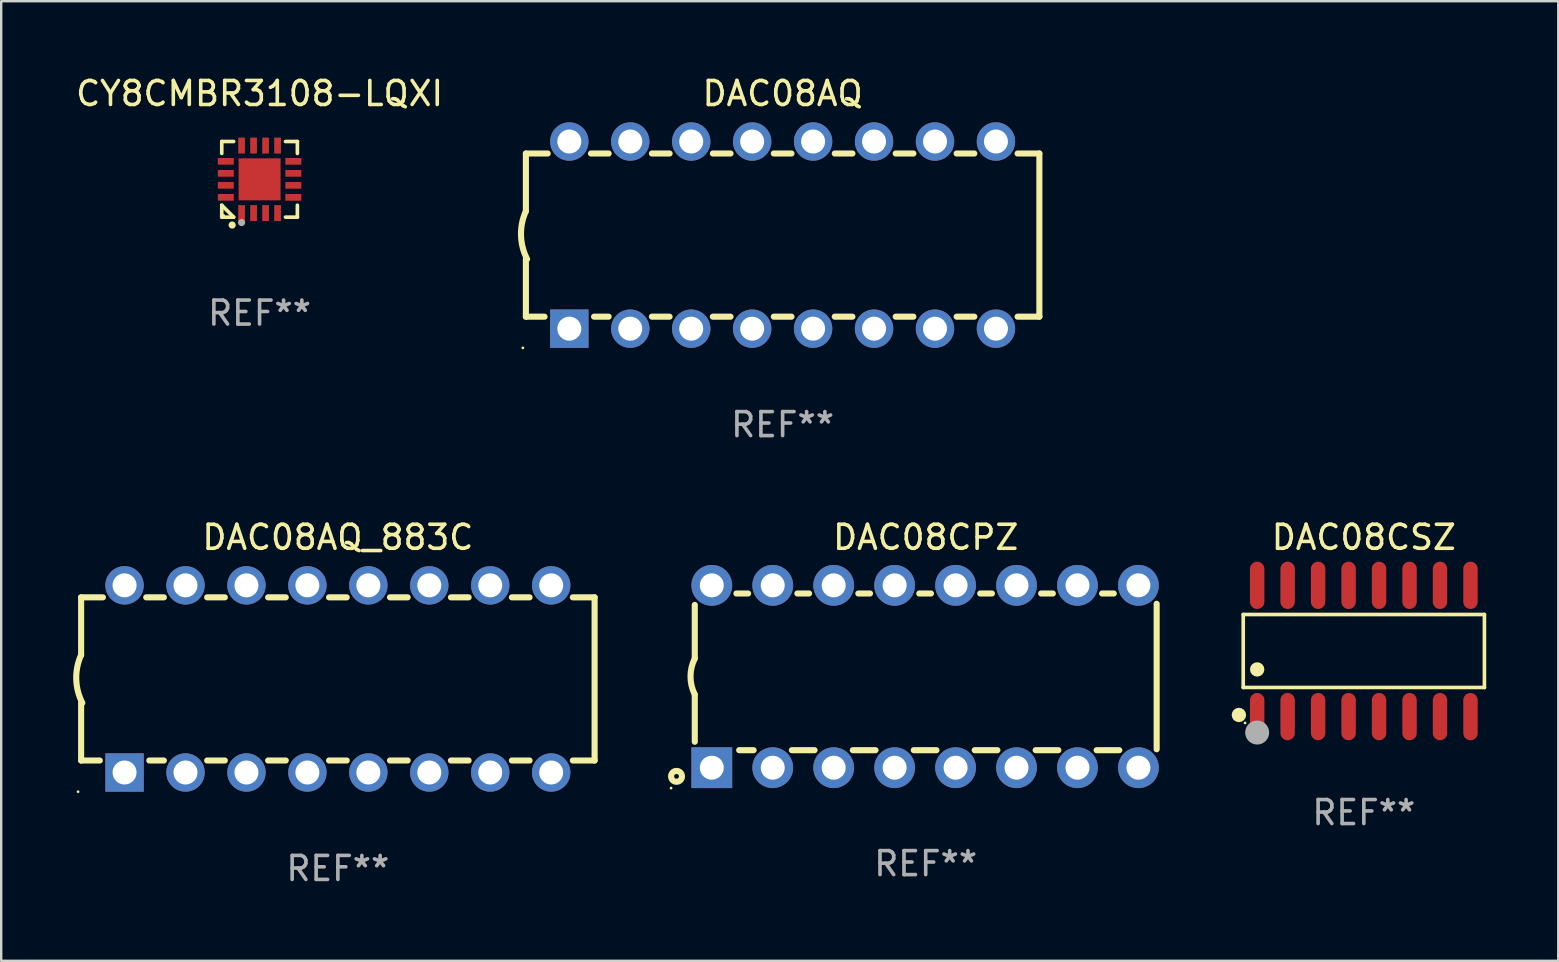
<source format=kicad_pcb>
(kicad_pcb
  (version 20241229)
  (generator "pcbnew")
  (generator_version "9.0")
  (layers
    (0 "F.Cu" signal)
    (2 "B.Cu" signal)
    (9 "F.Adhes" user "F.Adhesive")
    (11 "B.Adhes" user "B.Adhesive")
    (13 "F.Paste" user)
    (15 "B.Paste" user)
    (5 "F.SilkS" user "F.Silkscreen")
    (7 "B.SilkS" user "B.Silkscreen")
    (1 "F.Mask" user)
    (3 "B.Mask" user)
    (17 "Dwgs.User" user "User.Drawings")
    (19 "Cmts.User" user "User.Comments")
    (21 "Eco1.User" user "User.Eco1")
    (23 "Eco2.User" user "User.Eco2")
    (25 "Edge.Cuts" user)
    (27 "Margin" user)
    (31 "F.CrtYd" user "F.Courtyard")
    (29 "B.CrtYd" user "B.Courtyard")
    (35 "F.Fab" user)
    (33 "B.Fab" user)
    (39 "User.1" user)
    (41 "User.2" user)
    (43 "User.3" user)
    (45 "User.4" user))
  (footprint "CY8CMBR3108-LQXI"
    (layer "F.Cu")
    (at 7.768 4.424)
    (property "Reference" "CY8CMBR3108-LQXI" (at 0 -3.576 0) (layer "F.SilkS") (effects (font (size 1 1) (thickness 0.15))))
    (attr through_hole)
    (fp_line (start -1.576 -1.576) (end -1.08 -1.576) (stroke (width 0.152) (type solid)) (layer "F.SilkS"))
    (fp_line (start -1.576 -1.08) (end -1.576 -1.576) (stroke (width 0.152) (type solid)) (layer "F.SilkS"))
    (fp_line (start -1.576 1.08) (end -1.576 1.576) (stroke (width 0.152) (type solid)) (layer "F.SilkS"))
    (fp_line (start -1.576 1.576) (end -1.08 1.576) (stroke (width 0.152) (type solid)) (layer "F.SilkS"))
    (fp_line (start -1.08 1.576) (end -1.576 1.08) (stroke (width 0.152) (type solid)) (layer "F.SilkS"))
    (fp_line (start 1.576 -1.576) (end 1.08 -1.576) (stroke (width 0.152) (type solid)) (layer "F.SilkS"))
    (fp_line (start 1.576 -1.08) (end 1.576 -1.576) (stroke (width 0.152) (type solid)) (layer "F.SilkS"))
    (fp_line (start 1.576 1.08) (end 1.576 1.576) (stroke (width 0.152) (type solid)) (layer "F.SilkS"))
    (fp_line (start 1.576 1.576) (end 1.08 1.576) (stroke (width 0.152) (type solid)) (layer "F.SilkS"))
    (fp_circle (center -1.5 1.5) (end -1.47 1.5) (stroke (width 0.06) (type solid)) (fill no) (layer "F.SilkS"))
    (fp_circle (center -1.143 1.905) (end -1.068 1.905) (stroke (width 0.15) (type solid)) (fill no) (layer "F.SilkS"))
    (fp_circle (center -0.75 1.8) (end -0.675 1.8) (stroke (width 0.15) (type solid)) (fill no) (layer "F.Fab"))
    (fp_text user "REF**" (at 0 5.576 0) (layer "F.Fab") (effects (font (size 1 1) (thickness 0.15))))
    (pad "1" smd rect (at -0.75 1.407) (size 0.28 0.665) (layers "F.Cu" "F.Mask" "F.Paste"))
    (pad "2" smd rect (at -0.25 1.407) (size 0.28 0.665) (layers "F.Cu" "F.Mask" "F.Paste"))
    (pad "3" smd rect (at 0.25 1.407) (size 0.28 0.665) (layers "F.Cu" "F.Mask" "F.Paste"))
    (pad "4" smd rect (at 0.75 1.407) (size 0.28 0.665) (layers "F.Cu" "F.Mask" "F.Paste"))
    (pad "5" smd rect (at 1.407 0.75) (size 0.665 0.28) (layers "F.Cu" "F.Mask" "F.Paste"))
    (pad "6" smd rect (at 1.407 0.25) (size 0.665 0.28) (layers "F.Cu" "F.Mask" "F.Paste"))
    (pad "7" smd rect (at 1.407 -0.25) (size 0.665 0.28) (layers "F.Cu" "F.Mask" "F.Paste"))
    (pad "8" smd rect (at 1.407 -0.75) (size 0.665 0.28) (layers "F.Cu" "F.Mask" "F.Paste"))
    (pad "9" smd rect (at 0.75 -1.407) (size 0.28 0.665) (layers "F.Cu" "F.Mask" "F.Paste"))
    (pad "10" smd rect (at 0.25 -1.407) (size 0.28 0.665) (layers "F.Cu" "F.Mask" "F.Paste"))
    (pad "11" smd rect (at -0.25 -1.407) (size 0.28 0.665) (layers "F.Cu" "F.Mask" "F.Paste"))
    (pad "12" smd rect (at -0.75 -1.407) (size 0.28 0.665) (layers "F.Cu" "F.Mask" "F.Paste"))
    (pad "13" smd rect (at -1.407 -0.75) (size 0.665 0.28) (layers "F.Cu" "F.Mask" "F.Paste"))
    (pad "14" smd rect (at -1.407 -0.25) (size 0.665 0.28) (layers "F.Cu" "F.Mask" "F.Paste"))
    (pad "15" smd rect (at -1.407 0.25) (size 0.665 0.28) (layers "F.Cu" "F.Mask" "F.Paste"))
    (pad "16" smd rect (at -1.407 0.75) (size 0.665 0.28) (layers "F.Cu" "F.Mask" "F.Paste"))
    (pad "17" smd rect (at 0 0) (size 1.75 1.75) (layers "F.Cu" "F.Mask" "F.Paste")))
  (footprint "DAC08CSZ"
    (layer "F.Cu")
    (at 53.789 24.08)
    (property "Reference" "DAC08CSZ" (at 0 -4.736 0) (layer "F.SilkS") (effects (font (size 1 1) (thickness 0.15))))
    (attr through_hole)
    (fp_line (start -5.026 -1.521) (end 5.026 -1.521) (stroke (width 0.152) (type solid)) (layer "F.SilkS"))
    (fp_line (start -5.026 1.521) (end -5.026 -1.521) (stroke (width 0.152) (type solid)) (layer "F.SilkS"))
    (fp_line (start 5.026 -1.521) (end 5.026 1.521) (stroke (width 0.152) (type solid)) (layer "F.SilkS"))
    (fp_line (start 5.026 1.521) (end -5.026 1.521) (stroke (width 0.152) (type solid)) (layer "F.SilkS"))
    (fp_circle (center -5.207 2.667) (end -5.057 2.667) (stroke (width 0.3) (type solid)) (fill no) (layer "F.SilkS"))
    (fp_circle (center -4.95 3) (end -4.92 3) (stroke (width 0.06) (type solid)) (fill no) (layer "F.SilkS"))
    (fp_circle (center -4.445 0.769) (end -4.295 0.769) (stroke (width 0.3) (type solid)) (fill no) (layer "F.SilkS"))
    (fp_circle (center -4.445 3.4) (end -4.195 3.4) (stroke (width 0.5) (type solid)) (fill no) (layer "F.Fab"))
    (fp_text user "REF**" (at 0 6.736 0) (layer "F.Fab") (effects (font (size 1 1) (thickness 0.15))))
    (pad "1" smd oval (at -4.445 2.736) (size 0.602 1.971) (layers "F.Cu" "F.Mask" "F.Paste"))
    (pad "2" smd oval (at -3.175 2.736) (size 0.602 1.971) (layers "F.Cu" "F.Mask" "F.Paste"))
    (pad "3" smd oval (at -1.905 2.736) (size 0.602 1.971) (layers "F.Cu" "F.Mask" "F.Paste"))
    (pad "4" smd oval (at -0.635 2.736) (size 0.602 1.971) (layers "F.Cu" "F.Mask" "F.Paste"))
    (pad "5" smd oval (at 0.635 2.736) (size 0.602 1.971) (layers "F.Cu" "F.Mask" "F.Paste"))
    (pad "6" smd oval (at 1.905 2.736) (size 0.602 1.971) (layers "F.Cu" "F.Mask" "F.Paste"))
    (pad "7" smd oval (at 3.175 2.736) (size 0.602 1.971) (layers "F.Cu" "F.Mask" "F.Paste"))
    (pad "8" smd oval (at 4.445 2.736) (size 0.602 1.971) (layers "F.Cu" "F.Mask" "F.Paste"))
    (pad "9" smd oval (at 4.445 -2.736) (size 0.602 1.971) (layers "F.Cu" "F.Mask" "F.Paste"))
    (pad "10" smd oval (at 3.175 -2.736) (size 0.602 1.971) (layers "F.Cu" "F.Mask" "F.Paste"))
    (pad "11" smd oval (at 1.905 -2.736) (size 0.602 1.971) (layers "F.Cu" "F.Mask" "F.Paste"))
    (pad "12" smd oval (at 0.635 -2.736) (size 0.602 1.971) (layers "F.Cu" "F.Mask" "F.Paste"))
    (pad "13" smd oval (at -0.635 -2.736) (size 0.602 1.971) (layers "F.Cu" "F.Mask" "F.Paste"))
    (pad "14" smd oval (at -1.905 -2.736) (size 0.602 1.971) (layers "F.Cu" "F.Mask" "F.Paste"))
    (pad "15" smd oval (at -3.175 -2.736) (size 0.602 1.971) (layers "F.Cu" "F.Mask" "F.Paste"))
    (pad "16" smd oval (at -4.445 -2.736) (size 0.602 1.971) (layers "F.Cu" "F.Mask" "F.Paste")))
  (footprint "DAC08AQ"
    (layer "F.Cu")
    (at 29.567 6.748)
    (property "Reference" "DAC08AQ" (at 0 -5.9 0) (layer "F.SilkS") (effects (font (size 1 1) (thickness 0.15))))
    (attr through_hole)
    (fp_line (start -10.7 -3.4) (end -9.791 -3.4) (stroke (width 0.254) (type solid)) (layer "F.SilkS"))
    (fp_line (start -10.7 -0.998) (end -10.7 -3.4) (stroke (width 0.254) (type solid)) (layer "F.SilkS"))
    (fp_line (start -10.7 3.4) (end -10.7 1) (stroke (width 0.254) (type solid)) (layer "F.SilkS"))
    (fp_line (start -10.7 3.4) (end -9.921 3.4) (stroke (width 0.254) (type solid)) (layer "F.SilkS"))
    (fp_line (start -7.988 -3.4) (end -7.251 -3.4) (stroke (width 0.254) (type solid)) (layer "F.SilkS"))
    (fp_line (start -7.859 3.4) (end -7.251 3.4) (stroke (width 0.254) (type solid)) (layer "F.SilkS"))
    (fp_line (start -5.448 -3.4) (end -4.711 -3.4) (stroke (width 0.254) (type solid)) (layer "F.SilkS"))
    (fp_line (start -5.448 3.4) (end -4.711 3.4) (stroke (width 0.254) (type solid)) (layer "F.SilkS"))
    (fp_line (start -2.908 -3.4) (end -2.171 -3.4) (stroke (width 0.254) (type solid)) (layer "F.SilkS"))
    (fp_line (start -2.908 3.4) (end -2.171 3.4) (stroke (width 0.254) (type solid)) (layer "F.SilkS"))
    (fp_line (start -0.368 -3.4) (end 0.369 -3.4) (stroke (width 0.254) (type solid)) (layer "F.SilkS"))
    (fp_line (start -0.368 3.4) (end 0.369 3.4) (stroke (width 0.254) (type solid)) (layer "F.SilkS"))
    (fp_line (start 2.172 -3.4) (end 2.909 -3.4) (stroke (width 0.254) (type solid)) (layer "F.SilkS"))
    (fp_line (start 2.172 3.4) (end 2.909 3.4) (stroke (width 0.254) (type solid)) (layer "F.SilkS"))
    (fp_line (start 4.712 -3.4) (end 5.449 -3.4) (stroke (width 0.254) (type solid)) (layer "F.SilkS"))
    (fp_line (start 4.712 3.4) (end 5.449 3.4) (stroke (width 0.254) (type solid)) (layer "F.SilkS"))
    (fp_line (start 7.252 -3.4) (end 7.989 -3.4) (stroke (width 0.254) (type solid)) (layer "F.SilkS"))
    (fp_line (start 7.252 3.4) (end 7.989 3.4) (stroke (width 0.254) (type solid)) (layer "F.SilkS"))
    (fp_line (start 9.792 -3.4) (end 10.7 -3.4) (stroke (width 0.254) (type solid)) (layer "F.SilkS"))
    (fp_line (start 9.792 3.4) (end 10.7 3.4) (stroke (width 0.254) (type solid)) (layer "F.SilkS"))
    (fp_line (start 10.7 3.4) (end 10.7 -3.4) (stroke (width 0.254) (type solid)) (layer "F.SilkS"))
    (fp_arc (start -10.649962 0.99995) (mid -10.90314 0.005668) (end -10.699975 -1.000025) (stroke (width 0.254001) (type solid)) (layer "F.SilkS"))
    (fp_circle (center -10.827 4.7) (end -10.797 4.7) (stroke (width 0.06) (type solid)) (fill no) (layer "F.SilkS"))
    (fp_text user "REF**" (at 0 7.9 0) (layer "F.Fab") (effects (font (size 1 1) (thickness 0.15))))
    (pad "1" thru_hole rect (at -8.89 3.9 90) (size 1.6 1.6) (drill 1) (layers "*.Cu" "*.Mask"))
    (pad "2" thru_hole circle (at -6.35 3.9) (size 1.6 1.6) (drill 1) (layers "*.Cu" "*.Mask"))
    (pad "3" thru_hole circle (at -3.81 3.9) (size 1.6 1.6) (drill 1) (layers "*.Cu" "*.Mask"))
    (pad "4" thru_hole circle (at -1.27 3.9) (size 1.6 1.6) (drill 1) (layers "*.Cu" "*.Mask"))
    (pad "5" thru_hole circle (at 1.27 3.9) (size 1.6 1.6) (drill 1) (layers "*.Cu" "*.Mask"))
    (pad "6" thru_hole circle (at 3.81 3.9) (size 1.6 1.6) (drill 1) (layers "*.Cu" "*.Mask"))
    (pad "7" thru_hole circle (at 6.35 3.9) (size 1.6 1.6) (drill 1) (layers "*.Cu" "*.Mask"))
    (pad "8" thru_hole circle (at 8.89 3.9) (size 1.6 1.6) (drill 1) (layers "*.Cu" "*.Mask"))
    (pad "9" thru_hole circle (at 8.89 -3.9) (size 1.6 1.6) (drill 1) (layers "*.Cu" "*.Mask"))
    (pad "10" thru_hole circle (at 6.35 -3.9) (size 1.6 1.6) (drill 1) (layers "*.Cu" "*.Mask"))
    (pad "11" thru_hole circle (at 3.81 -3.9) (size 1.6 1.6) (drill 1) (layers "*.Cu" "*.Mask"))
    (pad "12" thru_hole circle (at 1.27 -3.9) (size 1.6 1.6) (drill 1) (layers "*.Cu" "*.Mask"))
    (pad "13" thru_hole circle (at -1.27 -3.9) (size 1.6 1.6) (drill 1) (layers "*.Cu" "*.Mask"))
    (pad "14" thru_hole circle (at -3.81 -3.9) (size 1.6 1.6) (drill 1) (layers "*.Cu" "*.Mask"))
    (pad "15" thru_hole circle (at -6.35 -3.9) (size 1.6 1.6) (drill 1) (layers "*.Cu" "*.Mask"))
    (pad "16" thru_hole circle (at -8.89 -3.9) (size 1.6 1.6) (drill 1) (layers "*.Cu" "*.Mask")))
  (footprint "DAC08AQ_883C"
    (layer "F.Cu")
    (at 11.031 25.245)
    (property "Reference" "DAC08AQ_883C" (at 0 -5.9 0) (layer "F.SilkS") (effects (font (size 1 1) (thickness 0.15))))
    (attr through_hole)
    (fp_line (start -10.7 -3.4) (end -9.791 -3.4) (stroke (width 0.254) (type solid)) (layer "F.SilkS"))
    (fp_line (start -10.7 -0.998) (end -10.7 -3.4) (stroke (width 0.254) (type solid)) (layer "F.SilkS"))
    (fp_line (start -10.7 3.4) (end -10.7 1) (stroke (width 0.254) (type solid)) (layer "F.SilkS"))
    (fp_line (start -10.7 3.4) (end -9.921 3.4) (stroke (width 0.254) (type solid)) (layer "F.SilkS"))
    (fp_line (start -7.988 -3.4) (end -7.251 -3.4) (stroke (width 0.254) (type solid)) (layer "F.SilkS"))
    (fp_line (start -7.859 3.4) (end -7.251 3.4) (stroke (width 0.254) (type solid)) (layer "F.SilkS"))
    (fp_line (start -5.448 -3.4) (end -4.711 -3.4) (stroke (width 0.254) (type solid)) (layer "F.SilkS"))
    (fp_line (start -5.448 3.4) (end -4.711 3.4) (stroke (width 0.254) (type solid)) (layer "F.SilkS"))
    (fp_line (start -2.908 -3.4) (end -2.171 -3.4) (stroke (width 0.254) (type solid)) (layer "F.SilkS"))
    (fp_line (start -2.908 3.4) (end -2.171 3.4) (stroke (width 0.254) (type solid)) (layer "F.SilkS"))
    (fp_line (start -0.368 -3.4) (end 0.369 -3.4) (stroke (width 0.254) (type solid)) (layer "F.SilkS"))
    (fp_line (start -0.368 3.4) (end 0.369 3.4) (stroke (width 0.254) (type solid)) (layer "F.SilkS"))
    (fp_line (start 2.172 -3.4) (end 2.909 -3.4) (stroke (width 0.254) (type solid)) (layer "F.SilkS"))
    (fp_line (start 2.172 3.4) (end 2.909 3.4) (stroke (width 0.254) (type solid)) (layer "F.SilkS"))
    (fp_line (start 4.712 -3.4) (end 5.449 -3.4) (stroke (width 0.254) (type solid)) (layer "F.SilkS"))
    (fp_line (start 4.712 3.4) (end 5.449 3.4) (stroke (width 0.254) (type solid)) (layer "F.SilkS"))
    (fp_line (start 7.252 -3.4) (end 7.989 -3.4) (stroke (width 0.254) (type solid)) (layer "F.SilkS"))
    (fp_line (start 7.252 3.4) (end 7.989 3.4) (stroke (width 0.254) (type solid)) (layer "F.SilkS"))
    (fp_line (start 9.792 -3.4) (end 10.7 -3.4) (stroke (width 0.254) (type solid)) (layer "F.SilkS"))
    (fp_line (start 9.792 3.4) (end 10.7 3.4) (stroke (width 0.254) (type solid)) (layer "F.SilkS"))
    (fp_line (start 10.7 3.4) (end 10.7 -3.4) (stroke (width 0.254) (type solid)) (layer "F.SilkS"))
    (fp_arc (start -10.649962 0.99995) (mid -10.90314 0.005668) (end -10.699975 -1.000025) (stroke (width 0.254001) (type solid)) (layer "F.SilkS"))
    (fp_circle (center -10.827 4.7) (end -10.797 4.7) (stroke (width 0.06) (type solid)) (fill no) (layer "F.SilkS"))
    (fp_text user "REF**" (at 0 7.9 0) (layer "F.Fab") (effects (font (size 1 1) (thickness 0.15))))
    (pad "1" thru_hole rect (at -8.89 3.9 90) (size 1.6 1.6) (drill 1) (layers "*.Cu" "*.Mask"))
    (pad "2" thru_hole circle (at -6.35 3.9) (size 1.6 1.6) (drill 1) (layers "*.Cu" "*.Mask"))
    (pad "3" thru_hole circle (at -3.81 3.9) (size 1.6 1.6) (drill 1) (layers "*.Cu" "*.Mask"))
    (pad "4" thru_hole circle (at -1.27 3.9) (size 1.6 1.6) (drill 1) (layers "*.Cu" "*.Mask"))
    (pad "5" thru_hole circle (at 1.27 3.9) (size 1.6 1.6) (drill 1) (layers "*.Cu" "*.Mask"))
    (pad "6" thru_hole circle (at 3.81 3.9) (size 1.6 1.6) (drill 1) (layers "*.Cu" "*.Mask"))
    (pad "7" thru_hole circle (at 6.35 3.9) (size 1.6 1.6) (drill 1) (layers "*.Cu" "*.Mask"))
    (pad "8" thru_hole circle (at 8.89 3.9) (size 1.6 1.6) (drill 1) (layers "*.Cu" "*.Mask"))
    (pad "9" thru_hole circle (at 8.89 -3.9) (size 1.6 1.6) (drill 1) (layers "*.Cu" "*.Mask"))
    (pad "10" thru_hole circle (at 6.35 -3.9) (size 1.6 1.6) (drill 1) (layers "*.Cu" "*.Mask"))
    (pad "11" thru_hole circle (at 3.81 -3.9) (size 1.6 1.6) (drill 1) (layers "*.Cu" "*.Mask"))
    (pad "12" thru_hole circle (at 1.27 -3.9) (size 1.6 1.6) (drill 1) (layers "*.Cu" "*.Mask"))
    (pad "13" thru_hole circle (at -1.27 -3.9) (size 1.6 1.6) (drill 1) (layers "*.Cu" "*.Mask"))
    (pad "14" thru_hole circle (at -3.81 -3.9) (size 1.6 1.6) (drill 1) (layers "*.Cu" "*.Mask"))
    (pad "15" thru_hole circle (at -6.35 -3.9) (size 1.6 1.6) (drill 1) (layers "*.Cu" "*.Mask"))
    (pad "16" thru_hole circle (at -8.89 -3.9) (size 1.6 1.6) (drill 1) (layers "*.Cu" "*.Mask")))
  (footprint "DAC08CPZ"
    (layer "F.Cu")
    (at 35.53 25.145)
    (property "Reference" "DAC08CPZ" (at 0 -5.8 0) (layer "F.SilkS") (effects (font (size 1 1) (thickness 0.15))))
    (attr through_hole)
    (fp_line (start -9.625 -0.75) (end -9.625 -2.985) (stroke (width 0.254) (type solid)) (layer "F.SilkS"))
    (fp_line (start -9.625 0.749) (end -9.625 2.719) (stroke (width 0.254) (type solid)) (layer "F.SilkS"))
    (fp_line (start -7.889 -3.46) (end -7.401 -3.46) (stroke (width 0.254) (type solid)) (layer "F.SilkS"))
    (fp_line (start -7.775 3.07) (end -7.172 3.07) (stroke (width 0.254) (type solid)) (layer "F.SilkS"))
    (fp_line (start -5.578 3.07) (end -4.632 3.07) (stroke (width 0.254) (type solid)) (layer "F.SilkS"))
    (fp_line (start -5.349 -3.46) (end -4.861 -3.46) (stroke (width 0.254) (type solid)) (layer "F.SilkS"))
    (fp_line (start -3.038 3.07) (end -2.092 3.07) (stroke (width 0.254) (type solid)) (layer "F.SilkS"))
    (fp_line (start -2.809 -3.46) (end -2.321 -3.46) (stroke (width 0.254) (type solid)) (layer "F.SilkS"))
    (fp_line (start -0.498 3.07) (end 0.448 3.07) (stroke (width 0.254) (type solid)) (layer "F.SilkS"))
    (fp_line (start -0.269 -3.46) (end 0.219 -3.46) (stroke (width 0.254) (type solid)) (layer "F.SilkS"))
    (fp_line (start 2.042 3.07) (end 2.988 3.07) (stroke (width 0.254) (type solid)) (layer "F.SilkS"))
    (fp_line (start 2.271 -3.46) (end 2.759 -3.46) (stroke (width 0.254) (type solid)) (layer "F.SilkS"))
    (fp_line (start 4.582 3.07) (end 5.528 3.07) (stroke (width 0.254) (type solid)) (layer "F.SilkS"))
    (fp_line (start 4.811 -3.46) (end 5.299 -3.46) (stroke (width 0.254) (type solid)) (layer "F.SilkS"))
    (fp_line (start 7.122 3.07) (end 8.068 3.07) (stroke (width 0.254) (type solid)) (layer "F.SilkS"))
    (fp_line (start 7.351 -3.46) (end 7.839 -3.46) (stroke (width 0.254) (type solid)) (layer "F.SilkS"))
    (fp_line (start 9.625 3.032) (end 9.625 -3.032) (stroke (width 0.254) (type solid)) (layer "F.SilkS"))
    (fp_arc (start -9.62498 0.748819) (mid -9.801899 -0.000581) (end -9.625006 -0.749987) (stroke (width 0.254001) (type solid)) (layer "F.SilkS"))
    (fp_circle (center -10.612 4.65) (end -10.582 4.65) (stroke (width 0.06) (type solid)) (fill no) (layer "F.SilkS"))
    (fp_circle (center -10.385 4.16) (end -10.285 4.16) (stroke (width 0.254) (type solid)) (fill no) (layer "F.SilkS"))
    (fp_text user "REF**" (at 0 7.8 0) (layer "F.Fab") (effects (font (size 1 1) (thickness 0.15))))
    (pad "1" thru_hole rect (at -8.915 3.8 90) (size 1.7 1.7) (drill 1) (layers "*.Cu" "*.Mask"))
    (pad "2" thru_hole circle (at -6.375 3.8) (size 1.7 1.7) (drill 1) (layers "*.Cu" "*.Mask"))
    (pad "3" thru_hole circle (at -3.835 3.8) (size 1.7 1.7) (drill 1) (layers "*.Cu" "*.Mask"))
    (pad "4" thru_hole circle (at -1.295 3.8) (size 1.7 1.7) (drill 1) (layers "*.Cu" "*.Mask"))
    (pad "5" thru_hole circle (at 1.245 3.8) (size 1.7 1.7) (drill 1) (layers "*.Cu" "*.Mask"))
    (pad "6" thru_hole circle (at 3.785 3.8) (size 1.7 1.7) (drill 1) (layers "*.Cu" "*.Mask"))
    (pad "7" thru_hole circle (at 6.325 3.8) (size 1.7 1.7) (drill 1) (layers "*.Cu" "*.Mask"))
    (pad "8" thru_hole circle (at 8.865 3.8) (size 1.7 1.7) (drill 1) (layers "*.Cu" "*.Mask"))
    (pad "9" thru_hole circle (at 8.865 -3.8) (size 1.7 1.7) (drill 1) (layers "*.Cu" "*.Mask"))
    (pad "10" thru_hole circle (at 6.325 -3.8) (size 1.7 1.7) (drill 1) (layers "*.Cu" "*.Mask"))
    (pad "11" thru_hole circle (at 3.785 -3.8) (size 1.7 1.7) (drill 1) (layers "*.Cu" "*.Mask"))
    (pad "12" thru_hole circle (at 1.245 -3.8) (size 1.7 1.7) (drill 1) (layers "*.Cu" "*.Mask"))
    (pad "13" thru_hole circle (at -1.295 -3.8) (size 1.7 1.7) (drill 1) (layers "*.Cu" "*.Mask"))
    (pad "14" thru_hole circle (at -3.835 -3.8) (size 1.7 1.7) (drill 1) (layers "*.Cu" "*.Mask"))
    (pad "15" thru_hole circle (at -6.375 -3.8) (size 1.7 1.7) (drill 1) (layers "*.Cu" "*.Mask"))
    (pad "16" thru_hole circle (at -8.915 -3.8) (size 1.7 1.7) (drill 1) (layers "*.Cu" "*.Mask")))
  (gr_rect
    (start -3 -3)
    (end 61.891 36.993)
    (stroke (width 0.1) (type default))
    (fill no)
    (layer "Edge.Cuts")))
</source>
